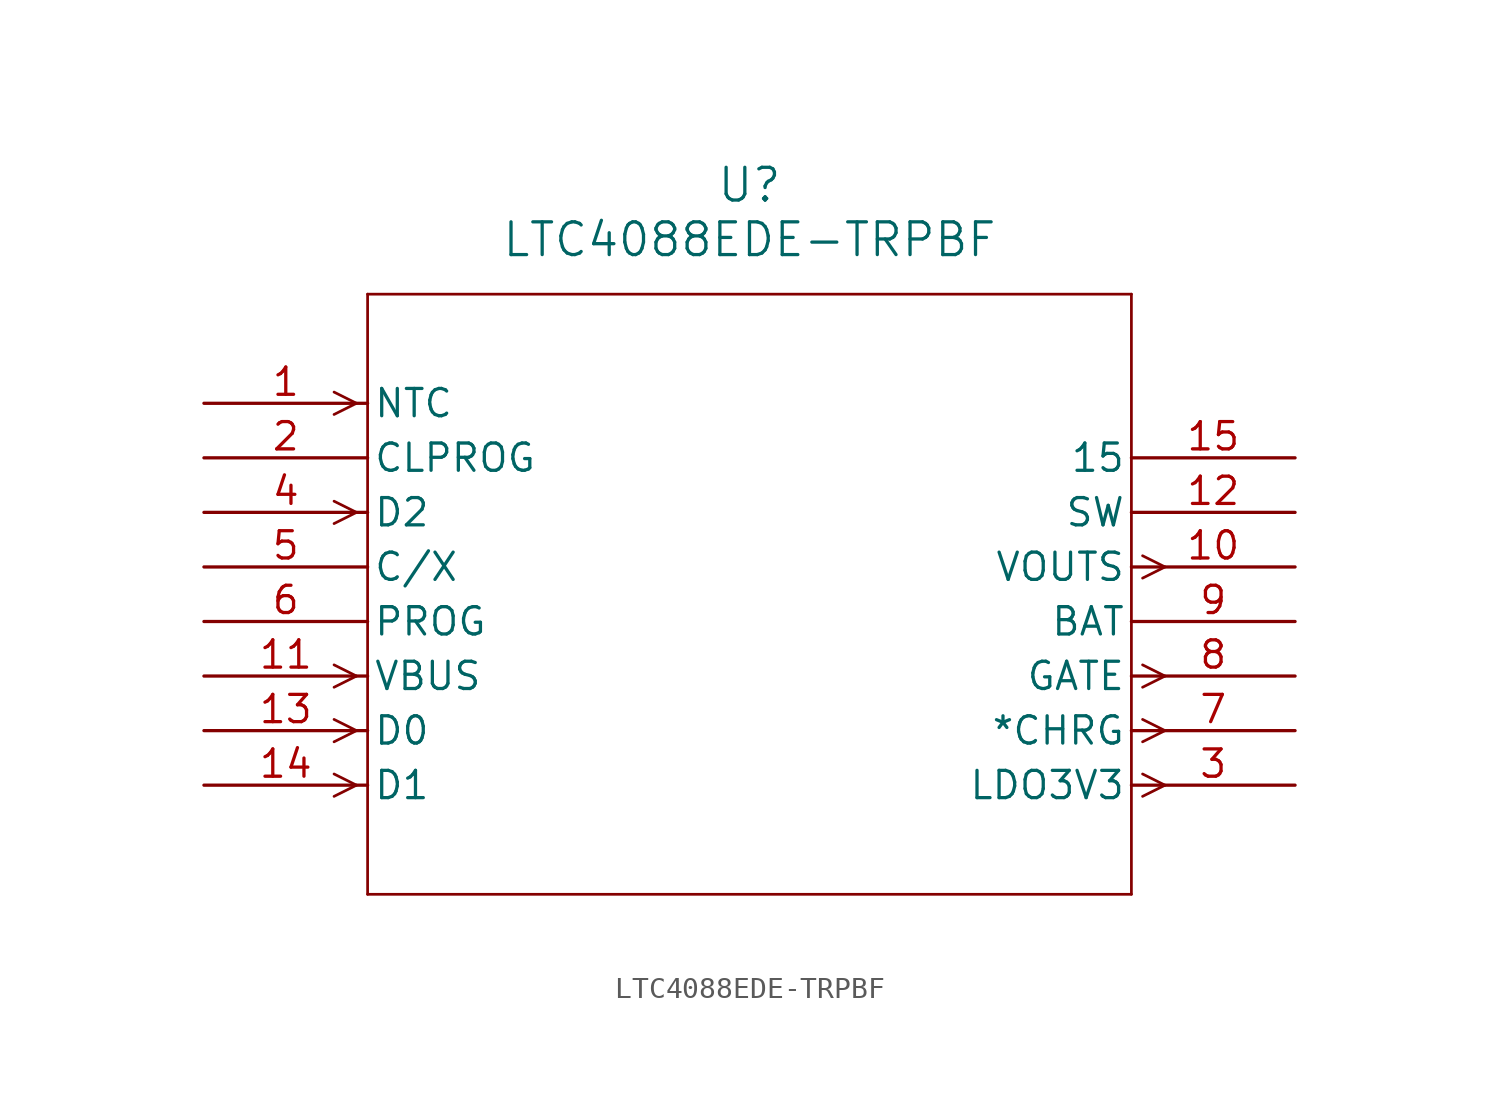
<source format=kicad_sym>
(kicad_symbol_lib
  (version 20211014)
  (generator kicad_symbol_editor)
  (symbol "LTC4088EDE-TRPBF"
    (pin_names
      (offset 0.254))
    (property "Reference" "U"
      (at 25.4 10.16 0)
      (effects (font (size 1.524 1.524))))
    (property "Value" "LTC4088EDE-TRPBF"
      (at 25.4 7.62 0)
      (effects (font (size 1.524 1.524))))
    (symbol "LTC4088EDE-TRPBF_0_1"
      (polyline (pts (xy 7.099 0) (xy 6.058 0.521)) (stroke (width 0.127) (type default) (color 0 0 0 0)) (fill (type none)))
      (polyline (pts (xy 7.099 0) (xy 6.058 -0.521)) (stroke (width 0.127) (type default) (color 0 0 0 0)) (fill (type none)))
      (polyline (pts (xy 7.099 -5.08) (xy 6.058 -4.559)) (stroke (width 0.127) (type default) (color 0 0 0 0)) (fill (type none)))
      (polyline (pts (xy 7.099 -5.08) (xy 6.058 -5.601)) (stroke (width 0.127) (type default) (color 0 0 0 0)) (fill (type none)))
      (polyline (pts (xy 7.099 -12.7) (xy 6.058 -12.179)) (stroke (width 0.127) (type default) (color 0 0 0 0)) (fill (type none)))
      (polyline (pts (xy 7.099 -12.7) (xy 6.058 -13.221)) (stroke (width 0.127) (type default) (color 0 0 0 0)) (fill (type none)))
      (polyline (pts (xy 7.099 -15.24) (xy 6.058 -14.719)) (stroke (width 0.127) (type default) (color 0 0 0 0)) (fill (type none)))
      (polyline (pts (xy 7.099 -15.24) (xy 6.058 -15.761)) (stroke (width 0.127) (type default) (color 0 0 0 0)) (fill (type none)))
      (polyline (pts (xy 7.099 -17.78) (xy 6.058 -17.259)) (stroke (width 0.127) (type default) (color 0 0 0 0)) (fill (type none)))
      (polyline (pts (xy 7.099 -17.78) (xy 6.058 -18.301)) (stroke (width 0.127) (type default) (color 0 0 0 0)) (fill (type none)))
      (polyline (pts (xy 43.701 -17.259) (xy 44.742 -17.78)) (stroke (width 0.127) (type default) (color 0 0 0 0)) (fill (type none)))
      (polyline (pts (xy 43.701 -18.301) (xy 44.742 -17.78)) (stroke (width 0.127) (type default) (color 0 0 0 0)) (fill (type none)))
      (polyline (pts (xy 43.701 -14.719) (xy 44.742 -15.24)) (stroke (width 0.127) (type default) (color 0 0 0 0)) (fill (type none)))
      (polyline (pts (xy 43.701 -15.761) (xy 44.742 -15.24)) (stroke (width 0.127) (type default) (color 0 0 0 0)) (fill (type none)))
      (polyline (pts (xy 43.701 -12.179) (xy 44.742 -12.7)) (stroke (width 0.127) (type default) (color 0 0 0 0)) (fill (type none)))
      (polyline (pts (xy 43.701 -13.221) (xy 44.742 -12.7)) (stroke (width 0.127) (type default) (color 0 0 0 0)) (fill (type none)))
      (polyline (pts (xy 43.701 -7.099) (xy 44.742 -7.62)) (stroke (width 0.127) (type default) (color 0 0 0 0)) (fill (type none)))
      (polyline (pts (xy 43.701 -8.141) (xy 44.742 -7.62)) (stroke (width 0.127) (type default) (color 0 0 0 0)) (fill (type none)))
      (polyline (pts (xy 7.62 5.08) (xy 7.62 -22.86)) (stroke (width 0.127) (type default) (color 0 0 0 0)) (fill (type none)))
      (polyline (pts (xy 7.62 -22.86) (xy 43.18 -22.86)) (stroke (width 0.127) (type default) (color 0 0 0 0)) (fill (type none)))
      (polyline (pts (xy 43.18 -22.86) (xy 43.18 5.08)) (stroke (width 0.127) (type default) (color 0 0 0 0)) (fill (type none)))
      (polyline (pts (xy 43.18 5.08) (xy 7.62 5.08)) (stroke (width 0.127) (type default) (color 0 0 0 0)) (fill (type none)))
      (pin input line (at 0 0 0) (length 7.62) (name "NTC" (effects (font (size 1.27 1.27)))) (number "1" (effects (font (size 1.27 1.27)))))
      (pin unspecified line (at 0 -2.54 0) (length 7.62) (name "CLPROG" (effects (font (size 1.27 1.27)))) (number "2" (effects (font (size 1.27 1.27)))))
      (pin output line (at 50.8 -17.78 180) (length 7.62) (name "LDO3V3" (effects (font (size 1.27 1.27)))) (number "3" (effects (font (size 1.27 1.27)))))
      (pin input line (at 0 -5.08 0) (length 7.62) (name "D2" (effects (font (size 1.27 1.27)))) (number "4" (effects (font (size 1.27 1.27)))))
      (pin unspecified line (at 0 -7.62 0) (length 7.62) (name "C/X" (effects (font (size 1.27 1.27)))) (number "5" (effects (font (size 1.27 1.27)))))
      (pin unspecified line (at 0 -10.16 0) (length 7.62) (name "PROG" (effects (font (size 1.27 1.27)))) (number "6" (effects (font (size 1.27 1.27)))))
      (pin output line (at 50.8 -15.24 180) (length 7.62) (name "*CHRG" (effects (font (size 1.27 1.27)))) (number "7" (effects (font (size 1.27 1.27)))))
      (pin output line (at 50.8 -12.7 180) (length 7.62) (name "GATE" (effects (font (size 1.27 1.27)))) (number "8" (effects (font (size 1.27 1.27)))))
      (pin power_in line (at 50.8 -10.16 180) (length 7.62) (name "BAT" (effects (font (size 1.27 1.27)))) (number "9" (effects (font (size 1.27 1.27)))))
      (pin output line (at 50.8 -7.62 180) (length 7.62) (name "VOUTS" (effects (font (size 1.27 1.27)))) (number "10" (effects (font (size 1.27 1.27)))))
      (pin input line (at 0 -12.7 0) (length 7.62) (name "VBUS" (effects (font (size 1.27 1.27)))) (number "11" (effects (font (size 1.27 1.27)))))
      (pin unspecified line (at 50.8 -5.08 180) (length 7.62) (name "SW" (effects (font (size 1.27 1.27)))) (number "12" (effects (font (size 1.27 1.27)))))
      (pin input line (at 0 -15.24 0) (length 7.62) (name "D0" (effects (font (size 1.27 1.27)))) (number "13" (effects (font (size 1.27 1.27)))))
      (pin input line (at 0 -17.78 0) (length 7.62) (name "D1" (effects (font (size 1.27 1.27)))) (number "14" (effects (font (size 1.27 1.27)))))
      (pin unspecified line (at 50.8 -2.54 180) (length 7.62) (name "15" (effects (font (size 1.27 1.27)))) (number "15" (effects (font (size 1.27 1.27))))))))
</source>
